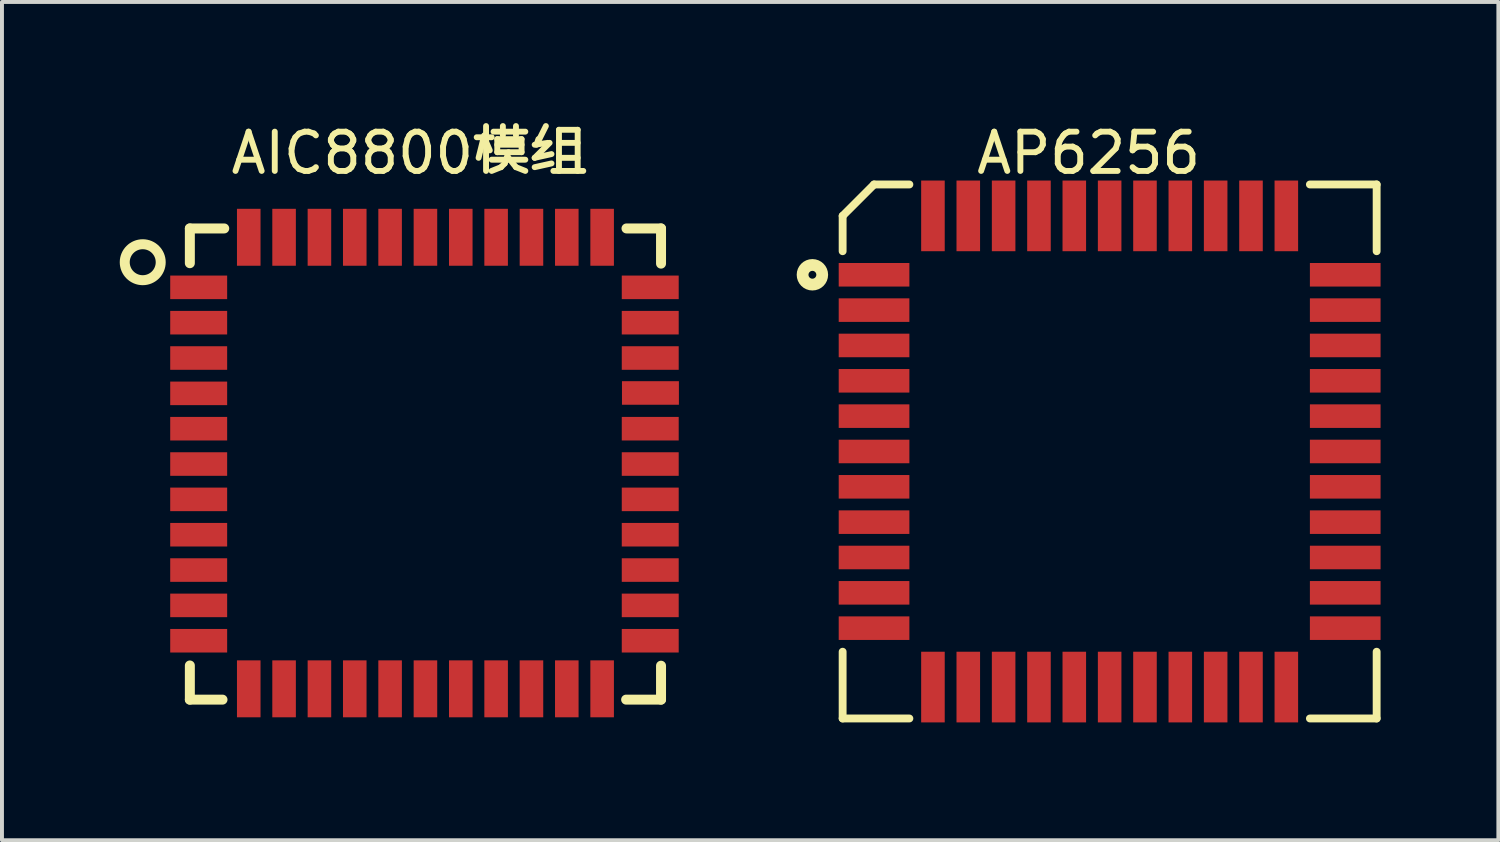
<source format=kicad_pcb>
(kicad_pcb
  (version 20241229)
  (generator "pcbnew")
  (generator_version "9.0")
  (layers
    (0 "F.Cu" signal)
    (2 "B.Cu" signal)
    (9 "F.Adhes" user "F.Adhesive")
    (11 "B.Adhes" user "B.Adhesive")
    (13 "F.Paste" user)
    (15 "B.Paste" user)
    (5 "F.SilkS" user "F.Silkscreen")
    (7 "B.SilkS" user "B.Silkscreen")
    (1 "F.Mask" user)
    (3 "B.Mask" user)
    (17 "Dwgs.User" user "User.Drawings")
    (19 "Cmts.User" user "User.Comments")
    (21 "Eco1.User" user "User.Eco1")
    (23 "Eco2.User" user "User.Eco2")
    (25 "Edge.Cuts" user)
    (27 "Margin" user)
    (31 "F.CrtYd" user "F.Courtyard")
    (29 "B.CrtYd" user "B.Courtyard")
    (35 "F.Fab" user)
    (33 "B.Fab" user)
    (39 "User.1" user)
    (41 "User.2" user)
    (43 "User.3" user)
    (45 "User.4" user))
  (footprint "AIC8800模组"
    (layer "F.Cu")
    (at 1.785 2.768)
    (property "Reference" "AIC8800模组" (at 5.615 -1.92 0) (layer "F.SilkS") (effects (font (size 1 1) (thickness 0.15))))
    (fp_line (start 0 0) (end 0 0.885) (stroke (width 0.254) (type default)) (layer "F.SilkS"))
    (fp_line (start 0 0) (end 0.876 0) (stroke (width 0.254) (type default)) (layer "F.SilkS"))
    (fp_line (start 0 12) (end 0 11.13) (stroke (width 0.254) (type default)) (layer "F.SilkS"))
    (fp_line (start 0 12) (end 0.832 12) (stroke (width 0.254) (type default)) (layer "F.SilkS"))
    (fp_line (start 12 0) (end 11.12 0) (stroke (width 0.254) (type default)) (layer "F.SilkS"))
    (fp_line (start 12 0) (end 12 0.896) (stroke (width 0.254) (type default)) (layer "F.SilkS"))
    (fp_line (start 12 12) (end 11.111 12) (stroke (width 0.254) (type default)) (layer "F.SilkS"))
    (fp_line (start 12 12) (end 12 11.136) (stroke (width 0.254) (type default)) (layer "F.SilkS"))
    (fp_circle (center -1.2 0.86) (end -0.742 0.86) (stroke (width 0.254) (type default)) (fill no) (layer "F.SilkS"))
    (pad "1" smd rect (at 0.225 1.5 90) (size 0.6 1.45) (layers "F.Cu" "F.Mask" "F.Paste"))
    (pad "2" smd rect (at 0.225 2.4 90) (size 0.6 1.45) (layers "F.Cu" "F.Mask" "F.Paste"))
    (pad "3" smd rect (at 0.225 3.3 90) (size 0.6 1.45) (layers "F.Cu" "F.Mask" "F.Paste"))
    (pad "4" smd rect (at 0.225 4.2 90) (size 0.6 1.45) (layers "F.Cu" "F.Mask" "F.Paste"))
    (pad "5" smd rect (at 0.225 5.1 90) (size 0.6 1.45) (layers "F.Cu" "F.Mask" "F.Paste"))
    (pad "6" smd rect (at 0.225 6 90) (size 0.6 1.45) (layers "F.Cu" "F.Mask" "F.Paste"))
    (pad "7" smd rect (at 0.225 6.9 90) (size 0.6 1.45) (layers "F.Cu" "F.Mask" "F.Paste"))
    (pad "8" smd rect (at 0.225 7.8 90) (size 0.6 1.45) (layers "F.Cu" "F.Mask" "F.Paste"))
    (pad "9" smd rect (at 0.225 8.7 90) (size 0.6 1.45) (layers "F.Cu" "F.Mask" "F.Paste"))
    (pad "10" smd rect (at 0.225 9.6 90) (size 0.6 1.45) (layers "F.Cu" "F.Mask" "F.Paste"))
    (pad "11" smd rect (at 0.225 10.5 90) (size 0.6 1.45) (layers "F.Cu" "F.Mask" "F.Paste"))
    (pad "12" smd rect (at 1.5 11.725 180) (size 0.6 1.45) (layers "F.Cu" "F.Mask" "F.Paste"))
    (pad "13" smd rect (at 2.4 11.725 180) (size 0.6 1.45) (layers "F.Cu" "F.Mask" "F.Paste"))
    (pad "14" smd rect (at 3.3 11.725 180) (size 0.6 1.45) (layers "F.Cu" "F.Mask" "F.Paste"))
    (pad "15" smd rect (at 4.2 11.725 180) (size 0.6 1.45) (layers "F.Cu" "F.Mask" "F.Paste"))
    (pad "16" smd rect (at 5.1 11.725 180) (size 0.6 1.45) (layers "F.Cu" "F.Mask" "F.Paste"))
    (pad "17" smd rect (at 6 11.725 180) (size 0.6 1.45) (layers "F.Cu" "F.Mask" "F.Paste"))
    (pad "18" smd rect (at 6.9 11.725 180) (size 0.6 1.45) (layers "F.Cu" "F.Mask" "F.Paste"))
    (pad "19" smd rect (at 7.8 11.725 180) (size 0.6 1.45) (layers "F.Cu" "F.Mask" "F.Paste"))
    (pad "20" smd rect (at 8.7 11.725 180) (size 0.6 1.45) (layers "F.Cu" "F.Mask" "F.Paste"))
    (pad "21" smd rect (at 9.6 11.725 180) (size 0.6 1.45) (layers "F.Cu" "F.Mask" "F.Paste"))
    (pad "22" smd rect (at 10.5 11.725 180) (size 0.6 1.45) (layers "F.Cu" "F.Mask" "F.Paste"))
    (pad "23" smd rect (at 11.725 10.5 90) (size 0.6 1.45) (layers "F.Cu" "F.Mask" "F.Paste"))
    (pad "24" smd rect (at 11.725 9.6 90) (size 0.6 1.45) (layers "F.Cu" "F.Mask" "F.Paste"))
    (pad "25" smd rect (at 11.725 8.7 90) (size 0.6 1.45) (layers "F.Cu" "F.Mask" "F.Paste"))
    (pad "26" smd rect (at 11.725 7.8 90) (size 0.6 1.45) (layers "F.Cu" "F.Mask" "F.Paste"))
    (pad "27" smd rect (at 11.725 6.9 90) (size 0.6 1.45) (layers "F.Cu" "F.Mask" "F.Paste"))
    (pad "28" smd rect (at 11.725 6 90) (size 0.6 1.45) (layers "F.Cu" "F.Mask" "F.Paste"))
    (pad "29" smd rect (at 11.725 5.1 90) (size 0.6 1.45) (layers "F.Cu" "F.Mask" "F.Paste"))
    (pad "30" smd rect (at 11.73 4.19 90) (size 0.6 1.45) (layers "F.Cu" "F.Mask" "F.Paste"))
    (pad "31" smd rect (at 11.725 3.3 90) (size 0.6 1.45) (layers "F.Cu" "F.Mask" "F.Paste"))
    (pad "32" smd rect (at 11.725 2.4 90) (size 0.6 1.45) (layers "F.Cu" "F.Mask" "F.Paste"))
    (pad "33" smd rect (at 11.725 1.5 90) (size 0.6 1.45) (layers "F.Cu" "F.Mask" "F.Paste"))
    (pad "34" smd rect (at 10.5 0.225 180) (size 0.6 1.45) (layers "F.Cu" "F.Mask" "F.Paste"))
    (pad "35" smd rect (at 9.6 0.225 180) (size 0.6 1.45) (layers "F.Cu" "F.Mask" "F.Paste"))
    (pad "36" smd rect (at 8.7 0.225 180) (size 0.6 1.45) (layers "F.Cu" "F.Mask" "F.Paste"))
    (pad "37" smd rect (at 7.8 0.225 180) (size 0.6 1.45) (layers "F.Cu" "F.Mask" "F.Paste"))
    (pad "38" smd rect (at 6.9 0.225 180) (size 0.6 1.45) (layers "F.Cu" "F.Mask" "F.Paste"))
    (pad "39" smd rect (at 6 0.225 180) (size 0.6 1.45) (layers "F.Cu" "F.Mask" "F.Paste"))
    (pad "40" smd rect (at 5.1 0.225 180) (size 0.6 1.45) (layers "F.Cu" "F.Mask" "F.Paste"))
    (pad "41" smd rect (at 4.2 0.225 180) (size 0.6 1.45) (layers "F.Cu" "F.Mask" "F.Paste"))
    (pad "42" smd rect (at 3.3 0.225 180) (size 0.6 1.45) (layers "F.Cu" "F.Mask" "F.Paste"))
    (pad "43" smd rect (at 2.4 0.225 180) (size 0.6 1.45) (layers "F.Cu" "F.Mask" "F.Paste"))
    (pad "44" smd rect (at 1.5 0.225 180) (size 0.6 1.45) (layers "F.Cu" "F.Mask" "F.Paste")))
  (footprint "AP6256"
    (layer "F.Cu")
    (at 19.21 3.948)
    (property "Reference" "AP6256" (at 5.465 -3.1 0) (layer "F.SilkS") (effects (font (size 1 1) (thickness 0.15))))
    (fp_line (start -0.8 -1.5) (end 0 -2.3) (stroke (width 0.2) (type solid)) (layer "F.SilkS"))
    (fp_line (start -0.8 -0.6) (end -0.8 -1.5) (stroke (width 0.2) (type solid)) (layer "F.SilkS"))
    (fp_line (start -0.8 11.3) (end -0.8 9.6) (stroke (width 0.2) (type solid)) (layer "F.SilkS"))
    (fp_line (start -0.8 11.3) (end 0.9 11.3) (stroke (width 0.2) (type solid)) (layer "F.SilkS"))
    (fp_line (start 0 -2.3) (end 0.9 -2.3) (stroke (width 0.2) (type solid)) (layer "F.SilkS"))
    (fp_line (start 11.1 -2.3) (end 12.8 -2.3) (stroke (width 0.2) (type solid)) (layer "F.SilkS"))
    (fp_line (start 11.1 11.3) (end 12.8 11.3) (stroke (width 0.2) (type solid)) (layer "F.SilkS"))
    (fp_line (start 12.8 -0.6) (end 12.8 -2.3) (stroke (width 0.2) (type solid)) (layer "F.SilkS"))
    (fp_line (start 12.8 11.3) (end 12.8 9.6) (stroke (width 0.2) (type solid)) (layer "F.SilkS"))
    (fp_circle (center -1.57 0) (end -1.57 -0.25) (stroke (width 0.3) (type solid)) (fill no) (layer "F.SilkS"))
    (pad "1" smd rect (at 0 0 90) (size 0.6 1.8) (layers "F.Cu" "F.Mask" "F.Paste"))
    (pad "2" smd rect (at 0 0.9 90) (size 0.6 1.8) (layers "F.Cu" "F.Mask" "F.Paste"))
    (pad "3" smd rect (at 0 1.8 90) (size 0.6 1.8) (layers "F.Cu" "F.Mask" "F.Paste"))
    (pad "4" smd rect (at 0 2.7 90) (size 0.6 1.8) (layers "F.Cu" "F.Mask" "F.Paste"))
    (pad "5" smd rect (at 0 3.6 90) (size 0.6 1.8) (layers "F.Cu" "F.Mask" "F.Paste"))
    (pad "6" smd rect (at 0 4.5 90) (size 0.6 1.8) (layers "F.Cu" "F.Mask" "F.Paste"))
    (pad "7" smd rect (at 0 5.4 90) (size 0.6 1.8) (layers "F.Cu" "F.Mask" "F.Paste"))
    (pad "8" smd rect (at 0 6.3 90) (size 0.6 1.8) (layers "F.Cu" "F.Mask" "F.Paste"))
    (pad "9" smd rect (at 0 7.2 90) (size 0.6 1.8) (layers "F.Cu" "F.Mask" "F.Paste"))
    (pad "10" smd rect (at 0 8.1 90) (size 0.6 1.8) (layers "F.Cu" "F.Mask" "F.Paste"))
    (pad "11" smd rect (at 0 9 90) (size 0.6 1.8) (layers "F.Cu" "F.Mask" "F.Paste"))
    (pad "12" smd rect (at 1.5 10.5) (size 0.6 1.8) (layers "F.Cu" "F.Mask" "F.Paste"))
    (pad "13" smd rect (at 2.4 10.5) (size 0.6 1.8) (layers "F.Cu" "F.Mask" "F.Paste"))
    (pad "14" smd rect (at 3.3 10.5) (size 0.6 1.8) (layers "F.Cu" "F.Mask" "F.Paste"))
    (pad "15" smd rect (at 4.2 10.5) (size 0.6 1.8) (layers "F.Cu" "F.Mask" "F.Paste"))
    (pad "16" smd rect (at 5.1 10.5) (size 0.6 1.8) (layers "F.Cu" "F.Mask" "F.Paste"))
    (pad "17" smd rect (at 6 10.5) (size 0.6 1.8) (layers "F.Cu" "F.Mask" "F.Paste"))
    (pad "18" smd rect (at 6.9 10.5) (size 0.6 1.8) (layers "F.Cu" "F.Mask" "F.Paste"))
    (pad "19" smd rect (at 7.8 10.5) (size 0.6 1.8) (layers "F.Cu" "F.Mask" "F.Paste"))
    (pad "20" smd rect (at 8.7 10.5) (size 0.6 1.8) (layers "F.Cu" "F.Mask" "F.Paste"))
    (pad "21" smd rect (at 9.6 10.5) (size 0.6 1.8) (layers "F.Cu" "F.Mask" "F.Paste"))
    (pad "22" smd rect (at 10.5 10.5) (size 0.6 1.8) (layers "F.Cu" "F.Mask" "F.Paste"))
    (pad "23" smd rect (at 12 9 90) (size 0.6 1.8) (layers "F.Cu" "F.Mask" "F.Paste"))
    (pad "24" smd rect (at 12 8.1 90) (size 0.6 1.8) (layers "F.Cu" "F.Mask" "F.Paste"))
    (pad "25" smd rect (at 12 7.2 90) (size 0.6 1.8) (layers "F.Cu" "F.Mask" "F.Paste"))
    (pad "26" smd rect (at 12 6.3 90) (size 0.6 1.8) (layers "F.Cu" "F.Mask" "F.Paste"))
    (pad "27" smd rect (at 12 5.4 90) (size 0.6 1.8) (layers "F.Cu" "F.Mask" "F.Paste"))
    (pad "28" smd rect (at 12 4.5 90) (size 0.6 1.8) (layers "F.Cu" "F.Mask" "F.Paste"))
    (pad "29" smd rect (at 12 3.6 90) (size 0.6 1.8) (layers "F.Cu" "F.Mask" "F.Paste"))
    (pad "30" smd rect (at 12 2.7 90) (size 0.6 1.8) (layers "F.Cu" "F.Mask" "F.Paste"))
    (pad "31" smd rect (at 12 1.8 90) (size 0.6 1.8) (layers "F.Cu" "F.Mask" "F.Paste"))
    (pad "32" smd rect (at 12 0.9 90) (size 0.6 1.8) (layers "F.Cu" "F.Mask" "F.Paste"))
    (pad "33" smd rect (at 12 0 90) (size 0.6 1.8) (layers "F.Cu" "F.Mask" "F.Paste"))
    (pad "34" smd rect (at 10.5 -1.5) (size 0.6 1.8) (layers "F.Cu" "F.Mask" "F.Paste"))
    (pad "35" smd rect (at 9.6 -1.5) (size 0.6 1.8) (layers "F.Cu" "F.Mask" "F.Paste"))
    (pad "36" smd rect (at 8.7 -1.5) (size 0.6 1.8) (layers "F.Cu" "F.Mask" "F.Paste"))
    (pad "37" smd rect (at 7.8 -1.5) (size 0.6 1.8) (layers "F.Cu" "F.Mask" "F.Paste"))
    (pad "38" smd rect (at 6.9 -1.5) (size 0.6 1.8) (layers "F.Cu" "F.Mask" "F.Paste"))
    (pad "39" smd rect (at 6 -1.5) (size 0.6 1.8) (layers "F.Cu" "F.Mask" "F.Paste"))
    (pad "40" smd rect (at 5.1 -1.5) (size 0.6 1.8) (layers "F.Cu" "F.Mask" "F.Paste"))
    (pad "41" smd rect (at 4.2 -1.5) (size 0.6 1.8) (layers "F.Cu" "F.Mask" "F.Paste"))
    (pad "42" smd rect (at 3.3 -1.5) (size 0.6 1.8) (layers "F.Cu" "F.Mask" "F.Paste"))
    (pad "43" smd rect (at 2.4 -1.5) (size 0.6 1.8) (layers "F.Cu" "F.Mask" "F.Paste"))
    (pad "44" smd rect (at 1.5 -1.5) (size 0.6 1.8) (layers "F.Cu" "F.Mask" "F.Paste")))
  (gr_rect
    (start -3 -3)
    (end 35.11 18.348)
    (stroke (width 0.1) (type default))
    (fill no)
    (layer "Edge.Cuts")))
</source>
